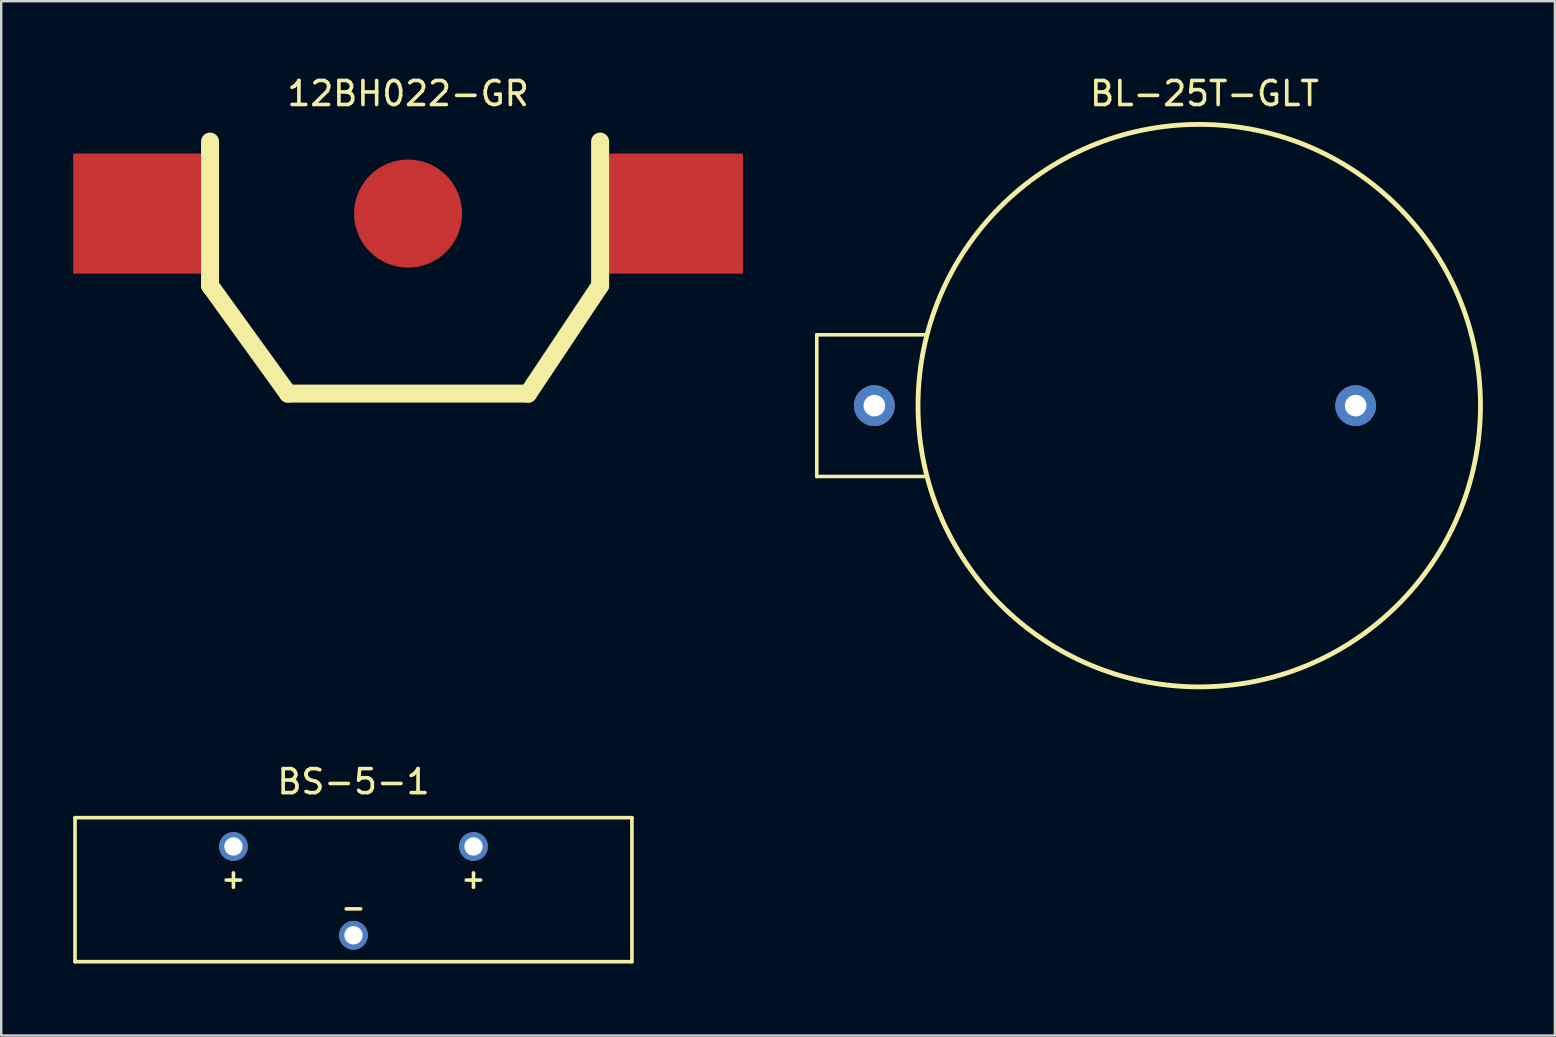
<source format=kicad_pcb>
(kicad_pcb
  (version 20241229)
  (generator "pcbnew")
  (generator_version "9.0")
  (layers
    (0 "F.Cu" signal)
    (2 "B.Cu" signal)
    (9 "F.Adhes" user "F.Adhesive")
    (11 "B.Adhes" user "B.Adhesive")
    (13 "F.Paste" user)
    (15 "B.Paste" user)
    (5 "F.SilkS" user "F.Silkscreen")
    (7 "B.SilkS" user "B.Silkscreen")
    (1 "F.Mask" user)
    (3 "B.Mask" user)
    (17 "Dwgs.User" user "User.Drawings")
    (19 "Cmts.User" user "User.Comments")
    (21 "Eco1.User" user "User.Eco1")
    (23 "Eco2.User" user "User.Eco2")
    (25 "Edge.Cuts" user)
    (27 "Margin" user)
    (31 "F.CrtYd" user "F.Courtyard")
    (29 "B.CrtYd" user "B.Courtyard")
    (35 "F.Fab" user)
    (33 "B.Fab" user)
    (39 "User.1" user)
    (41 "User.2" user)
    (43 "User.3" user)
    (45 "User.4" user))
  (footprint "BL-25T-GLT"
    (layer "F.Cu")
    (at 33.375 13.848)
    (property "Reference" "BL-25T-GLT" (at 13.75 -13 0) (layer "F.SilkS") (effects (font (size 1 1) (thickness 0.15))))
    (attr through_hole)
    (fp_line (start -2.4 -2.95) (end -2.4 2.95) (stroke (width 0.15) (type solid)) (layer "F.SilkS"))
    (fp_line (start -2.4 -2.95) (end 2.15 -2.95) (stroke (width 0.15) (type solid)) (layer "F.SilkS"))
    (fp_line (start -2.4 2.95) (end 2.15 2.95) (stroke (width 0.15) (type solid)) (layer "F.SilkS"))
    (fp_circle (center 13.534 0) (end 24.008 5.25) (stroke (width 0.2) (type solid)) (fill no) (layer "F.SilkS"))
    (pad "1" thru_hole circle (at 0 0) (size 1.7 1.7) (drill 0.9) (layers "*.Cu" "*.Mask"))
    (pad "2" thru_hole circle (at 20.05 0) (size 1.7 1.7) (drill 0.9) (layers "*.Cu" "*.Mask")))
  (footprint "12BH022-GR"
    (layer "F.Cu")
    (at 13.95 5.848)
    (property "Reference" "12BH022-GR" (at 0 -5 0) (layer "F.SilkS") (effects (font (size 1 1) (thickness 0.15))))
    (attr through_hole)
    (fp_line (start -8.25 -3) (end -8.25 3) (stroke (width 0.75) (type solid)) (layer "F.SilkS"))
    (fp_line (start -8.25 3) (end -5 7.5) (stroke (width 0.75) (type solid)) (layer "F.SilkS"))
    (fp_line (start -5 7.5) (end 5 7.5) (stroke (width 0.75) (type solid)) (layer "F.SilkS"))
    (fp_line (start 8 -3) (end 8 3) (stroke (width 0.75) (type solid)) (layer "F.SilkS"))
    (fp_line (start 8 3) (end 5 7.5) (stroke (width 0.75) (type solid)) (layer "F.SilkS"))
    (pad "1" smd rect (at -11.15 0) (size 5.6 5) (layers "F.Cu" "F.Mask" "F.Paste"))
    (pad "1" smd rect (at 11.15 0) (size 5.6 5) (layers "F.Cu" "F.Mask" "F.Paste"))
    (pad "2" smd circle (at 0 0) (size 4.5 4.5) (layers "F.Cu" "F.Mask" "F.Paste")))
  (footprint "BS-5-1"
    (layer "F.Cu")
    (at 11.675 34.013)
    (property "Reference" "BS-5-1" (at 0 -4.5 0) (layer "F.SilkS") (effects (font (size 1 1) (thickness 0.15))))
    (attr through_hole)
    (fp_line (start -11.6 -3) (end -11.6 3) (stroke (width 0.15) (type solid)) (layer "F.SilkS"))
    (fp_line (start -11.6 3) (end 11.6 3) (stroke (width 0.15) (type solid)) (layer "F.SilkS"))
    (fp_line (start -5.3 -0.4) (end -4.7 -0.4) (stroke (width 0.15) (type solid)) (layer "F.SilkS"))
    (fp_line (start -5 -0.7) (end -5 -0.1) (stroke (width 0.15) (type solid)) (layer "F.SilkS"))
    (fp_line (start -0.3 0.8) (end 0.3 0.8) (stroke (width 0.15) (type solid)) (layer "F.SilkS"))
    (fp_line (start 4.7 -0.4) (end 5.3 -0.4) (stroke (width 0.15) (type solid)) (layer "F.SilkS"))
    (fp_line (start 5 -0.7) (end 5 -0.1) (stroke (width 0.15) (type solid)) (layer "F.SilkS"))
    (fp_line (start 11.6 -3) (end -11.6 -3) (stroke (width 0.15) (type solid)) (layer "F.SilkS"))
    (fp_line (start 11.6 3) (end 11.6 -3) (stroke (width 0.15) (type solid)) (layer "F.SilkS"))
    (pad "1" thru_hole circle (at -5 -1.8) (size 1.2 1.2) (drill 0.762) (layers "*.Cu" "*.Mask"))
    (pad "1" thru_hole circle (at 5 -1.8) (size 1.2 1.2) (drill 0.762) (layers "*.Cu" "*.Mask"))
    (pad "2" thru_hole circle (at 0 1.9) (size 1.2 1.2) (drill 0.762) (layers "*.Cu" "*.Mask")))
  (gr_rect
    (start -3 -3)
    (end 61.725 40.088)
    (stroke (width 0.1) (type default))
    (fill no)
    (layer "Edge.Cuts")))
</source>
